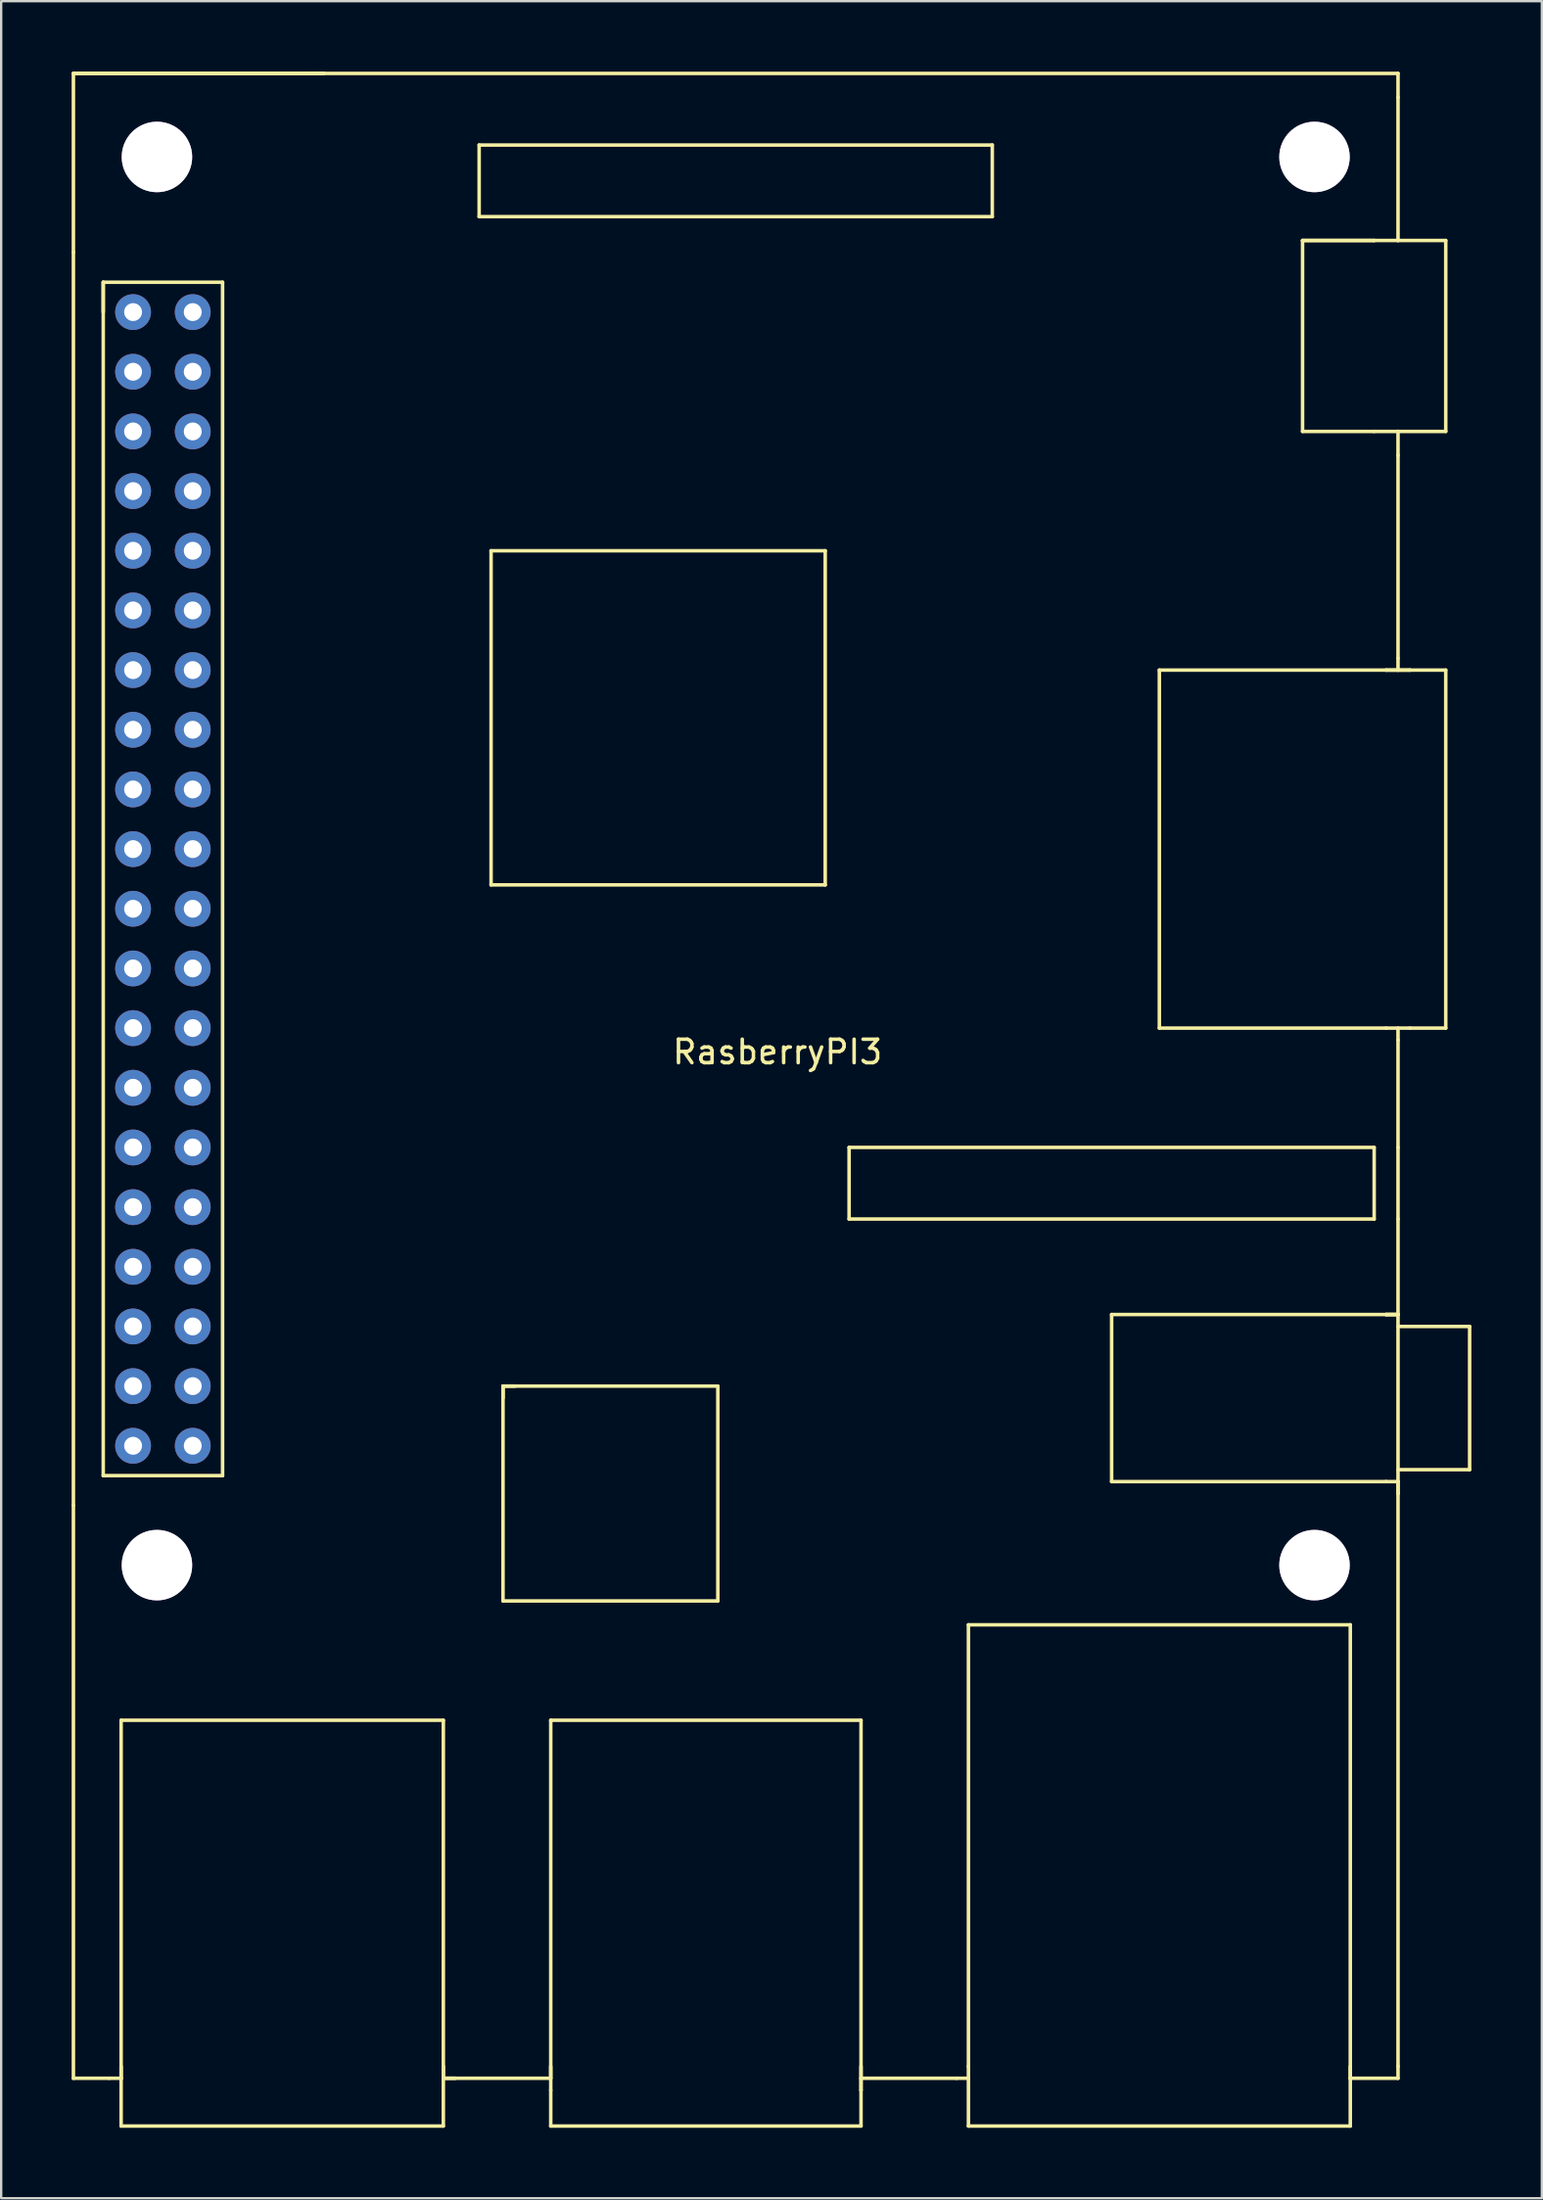
<source format=kicad_pcb>
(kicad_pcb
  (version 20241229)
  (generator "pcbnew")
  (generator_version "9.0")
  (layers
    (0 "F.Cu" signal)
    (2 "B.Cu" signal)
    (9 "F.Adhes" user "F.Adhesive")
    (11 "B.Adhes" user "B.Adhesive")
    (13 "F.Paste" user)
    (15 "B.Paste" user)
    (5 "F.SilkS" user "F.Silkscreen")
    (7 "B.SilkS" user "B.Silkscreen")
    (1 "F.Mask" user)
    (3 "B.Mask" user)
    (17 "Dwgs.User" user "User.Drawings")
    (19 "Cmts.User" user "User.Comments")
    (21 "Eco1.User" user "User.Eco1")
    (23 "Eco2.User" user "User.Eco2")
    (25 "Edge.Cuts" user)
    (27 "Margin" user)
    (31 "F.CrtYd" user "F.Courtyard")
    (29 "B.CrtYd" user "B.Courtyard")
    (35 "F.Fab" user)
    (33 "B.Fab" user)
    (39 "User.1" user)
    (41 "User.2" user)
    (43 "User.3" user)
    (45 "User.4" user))
  (footprint "RasberryPI3"
    (layer "F.Cu")
    (at 7.695 7.695)
    (property "Reference" "RasberryPI3" (at 22.352 34.036 0) (layer "F.SilkS") (effects (font (size 1 1) (thickness 0.15))))
    (attr through_hole)
    (fp_line (start -7.62 -7.62) (end -7.62 0) (stroke (width 0.15) (type solid)) (layer "F.SilkS"))
    (fp_line (start -7.62 -7.62) (end 2.54 -7.62) (stroke (width 0.15) (type solid)) (layer "F.SilkS"))
    (fp_line (start -7.62 0) (end -7.62 53.34) (stroke (width 0.15) (type solid)) (layer "F.SilkS"))
    (fp_line (start -7.62 77.724) (end -7.62 53.34) (stroke (width 0.15) (type solid)) (layer "F.SilkS"))
    (fp_line (start -7.62 77.724) (end -6.096 77.724) (stroke (width 0.15) (type solid)) (layer "F.SilkS"))
    (fp_line (start -6.35 1.27) (end -1.27 1.27) (stroke (width 0.15) (type solid)) (layer "F.SilkS"))
    (fp_line (start -6.35 2.54) (end -6.35 1.27) (stroke (width 0.15) (type solid)) (layer "F.SilkS"))
    (fp_line (start -6.35 52.07) (end -6.35 1.27) (stroke (width 0.15) (type solid)) (layer "F.SilkS"))
    (fp_line (start -6.096 77.724) (end -5.588 77.724) (stroke (width 0.15) (type solid)) (layer "F.SilkS"))
    (fp_line (start -5.588 62.484) (end -5.588 77.724) (stroke (width 0.15) (type solid)) (layer "F.SilkS"))
    (fp_line (start -5.588 62.484) (end 8.128 62.484) (stroke (width 0.15) (type solid)) (layer "F.SilkS"))
    (fp_line (start -5.588 77.724) (end -5.588 77.216) (stroke (width 0.15) (type solid)) (layer "F.SilkS"))
    (fp_line (start -5.588 77.724) (end -5.588 79.756) (stroke (width 0.15) (type solid)) (layer "F.SilkS"))
    (fp_line (start -5.588 79.756) (end 8.128 79.756) (stroke (width 0.15) (type solid)) (layer "F.SilkS"))
    (fp_line (start -1.27 1.27) (end -1.27 52.07) (stroke (width 0.15) (type solid)) (layer "F.SilkS"))
    (fp_line (start -1.27 52.07) (end -6.35 52.07) (stroke (width 0.15) (type solid)) (layer "F.SilkS"))
    (fp_line (start 2.54 -7.62) (end -7.62 -7.62) (stroke (width 0.15) (type solid)) (layer "F.SilkS"))
    (fp_line (start 2.54 -7.62) (end 3.048 -7.62) (stroke (width 0.15) (type solid)) (layer "F.SilkS"))
    (fp_line (start 8.128 62.484) (end 8.128 77.724) (stroke (width 0.15) (type solid)) (layer "F.SilkS"))
    (fp_line (start 8.128 77.724) (end 8.128 77.216) (stroke (width 0.15) (type solid)) (layer "F.SilkS"))
    (fp_line (start 8.128 77.724) (end 8.636 77.724) (stroke (width 0.15) (type solid)) (layer "F.SilkS"))
    (fp_line (start 8.128 79.756) (end 8.128 77.724) (stroke (width 0.15) (type solid)) (layer "F.SilkS"))
    (fp_line (start 9.652 -1.524) (end 9.652 -4.572) (stroke (width 0.15) (type solid)) (layer "F.SilkS"))
    (fp_line (start 10.16 26.924) (end 10.16 12.7) (stroke (width 0.15) (type solid)) (layer "F.SilkS"))
    (fp_line (start 10.668 48.26) (end 10.668 48.768) (stroke (width 0.15) (type solid)) (layer "F.SilkS"))
    (fp_line (start 10.668 48.26) (end 11.176 48.26) (stroke (width 0.15) (type solid)) (layer "F.SilkS"))
    (fp_line (start 10.668 57.404) (end 10.668 48.26) (stroke (width 0.15) (type solid)) (layer "F.SilkS"))
    (fp_line (start 12.7 62.484) (end 25.908 62.484) (stroke (width 0.15) (type solid)) (layer "F.SilkS"))
    (fp_line (start 12.7 77.216) (end 12.7 78.232) (stroke (width 0.15) (type solid)) (layer "F.SilkS"))
    (fp_line (start 12.7 77.724) (end 8.128 77.724) (stroke (width 0.15) (type solid)) (layer "F.SilkS"))
    (fp_line (start 12.7 77.724) (end 12.7 62.484) (stroke (width 0.15) (type solid)) (layer "F.SilkS"))
    (fp_line (start 12.7 78.232) (end 12.7 79.756) (stroke (width 0.15) (type solid)) (layer "F.SilkS"))
    (fp_line (start 12.7 79.756) (end 25.908 79.756) (stroke (width 0.15) (type solid)) (layer "F.SilkS"))
    (fp_line (start 19.812 48.26) (end 10.668 48.26) (stroke (width 0.15) (type solid)) (layer "F.SilkS"))
    (fp_line (start 19.812 57.404) (end 10.668 57.404) (stroke (width 0.15) (type solid)) (layer "F.SilkS"))
    (fp_line (start 19.812 57.404) (end 19.812 48.26) (stroke (width 0.15) (type solid)) (layer "F.SilkS"))
    (fp_line (start 24.384 12.7) (end 10.16 12.7) (stroke (width 0.15) (type solid)) (layer "F.SilkS"))
    (fp_line (start 24.384 26.924) (end 10.16 26.924) (stroke (width 0.15) (type solid)) (layer "F.SilkS"))
    (fp_line (start 24.384 26.924) (end 24.384 12.7) (stroke (width 0.15) (type solid)) (layer "F.SilkS"))
    (fp_line (start 25.4 38.1) (end 25.4 41.148) (stroke (width 0.15) (type solid)) (layer "F.SilkS"))
    (fp_line (start 25.4 38.1) (end 47.752 38.1) (stroke (width 0.15) (type solid)) (layer "F.SilkS"))
    (fp_line (start 25.4 41.148) (end 47.752 41.148) (stroke (width 0.15) (type solid)) (layer "F.SilkS"))
    (fp_line (start 25.908 62.484) (end 25.908 77.724) (stroke (width 0.15) (type solid)) (layer "F.SilkS"))
    (fp_line (start 25.908 77.216) (end 25.908 78.232) (stroke (width 0.15) (type solid)) (layer "F.SilkS"))
    (fp_line (start 25.908 77.724) (end 29.972 77.724) (stroke (width 0.15) (type solid)) (layer "F.SilkS"))
    (fp_line (start 25.908 78.232) (end 25.908 77.724) (stroke (width 0.15) (type solid)) (layer "F.SilkS"))
    (fp_line (start 25.908 79.756) (end 25.908 78.232) (stroke (width 0.15) (type solid)) (layer "F.SilkS"))
    (fp_line (start 30.48 58.42) (end 30.48 77.216) (stroke (width 0.15) (type solid)) (layer "F.SilkS"))
    (fp_line (start 30.48 77.724) (end 29.972 77.724) (stroke (width 0.15) (type solid)) (layer "F.SilkS"))
    (fp_line (start 30.48 77.724) (end 30.48 77.216) (stroke (width 0.15) (type solid)) (layer "F.SilkS"))
    (fp_line (start 30.48 79.756) (end 30.48 77.724) (stroke (width 0.15) (type solid)) (layer "F.SilkS"))
    (fp_line (start 31.496 -4.572) (end 9.652 -4.572) (stroke (width 0.15) (type solid)) (layer "F.SilkS"))
    (fp_line (start 31.496 -1.524) (end 9.652 -1.524) (stroke (width 0.15) (type solid)) (layer "F.SilkS"))
    (fp_line (start 31.496 -1.524) (end 31.496 -4.572) (stroke (width 0.15) (type solid)) (layer "F.SilkS"))
    (fp_line (start 36.576 45.212) (end 48.26 45.212) (stroke (width 0.15) (type solid)) (layer "F.SilkS"))
    (fp_line (start 36.576 52.324) (end 36.576 45.212) (stroke (width 0.15) (type solid)) (layer "F.SilkS"))
    (fp_line (start 36.576 52.324) (end 48.26 52.324) (stroke (width 0.15) (type solid)) (layer "F.SilkS"))
    (fp_line (start 38.608 17.78) (end 38.608 33.02) (stroke (width 0.15) (type solid)) (layer "F.SilkS"))
    (fp_line (start 38.608 17.78) (end 48.26 17.78) (stroke (width 0.15) (type solid)) (layer "F.SilkS"))
    (fp_line (start 38.608 33.02) (end 48.26 33.02) (stroke (width 0.15) (type solid)) (layer "F.SilkS"))
    (fp_line (start 44.704 -0.508) (end 44.704 7.62) (stroke (width 0.15) (type solid)) (layer "F.SilkS"))
    (fp_line (start 44.704 -0.508) (end 47.752 -0.508) (stroke (width 0.15) (type solid)) (layer "F.SilkS"))
    (fp_line (start 44.704 7.62) (end 47.752 7.62) (stroke (width 0.15) (type solid)) (layer "F.SilkS"))
    (fp_line (start 46.736 58.42) (end 30.48 58.42) (stroke (width 0.15) (type solid)) (layer "F.SilkS"))
    (fp_line (start 46.736 58.42) (end 46.736 77.724) (stroke (width 0.15) (type solid)) (layer "F.SilkS"))
    (fp_line (start 46.736 77.724) (end 46.736 77.216) (stroke (width 0.15) (type solid)) (layer "F.SilkS"))
    (fp_line (start 46.736 77.724) (end 46.736 79.756) (stroke (width 0.15) (type solid)) (layer "F.SilkS"))
    (fp_line (start 46.736 79.756) (end 30.48 79.756) (stroke (width 0.15) (type solid)) (layer "F.SilkS"))
    (fp_line (start 47.752 -0.508) (end 44.704 -0.508) (stroke (width 0.15) (type solid)) (layer "F.SilkS"))
    (fp_line (start 47.752 38.1) (end 47.752 41.148) (stroke (width 0.15) (type solid)) (layer "F.SilkS"))
    (fp_line (start 48.26 17.78) (end 49.276 17.78) (stroke (width 0.15) (type solid)) (layer "F.SilkS"))
    (fp_line (start 48.26 33.02) (end 49.276 33.02) (stroke (width 0.15) (type solid)) (layer "F.SilkS"))
    (fp_line (start 48.26 45.212) (end 48.768 45.212) (stroke (width 0.15) (type solid)) (layer "F.SilkS"))
    (fp_line (start 48.26 45.212) (end 48.768 45.212) (stroke (width 0.15) (type solid)) (layer "F.SilkS"))
    (fp_line (start 48.26 52.324) (end 48.768 52.324) (stroke (width 0.15) (type solid)) (layer "F.SilkS"))
    (fp_line (start 48.768 -7.62) (end 2.54 -7.62) (stroke (width 0.15) (type solid)) (layer "F.SilkS"))
    (fp_line (start 48.768 -7.62) (end 48.768 -6.604) (stroke (width 0.15) (type solid)) (layer "F.SilkS"))
    (fp_line (start 48.768 -6.604) (end 48.768 -0.508) (stroke (width 0.15) (type solid)) (layer "F.SilkS"))
    (fp_line (start 48.768 -0.508) (end 47.752 -0.508) (stroke (width 0.15) (type solid)) (layer "F.SilkS"))
    (fp_line (start 48.768 -0.508) (end 50.8 -0.508) (stroke (width 0.15) (type solid)) (layer "F.SilkS"))
    (fp_line (start 48.768 7.62) (end 47.752 7.62) (stroke (width 0.15) (type solid)) (layer "F.SilkS"))
    (fp_line (start 48.768 7.62) (end 48.768 8.636) (stroke (width 0.15) (type solid)) (layer "F.SilkS"))
    (fp_line (start 48.768 17.272) (end 48.768 8.636) (stroke (width 0.15) (type solid)) (layer "F.SilkS"))
    (fp_line (start 48.768 17.78) (end 48.26 17.78) (stroke (width 0.15) (type solid)) (layer "F.SilkS"))
    (fp_line (start 48.768 17.78) (end 48.768 17.272) (stroke (width 0.15) (type solid)) (layer "F.SilkS"))
    (fp_line (start 48.768 33.02) (end 48.768 33.528) (stroke (width 0.15) (type solid)) (layer "F.SilkS"))
    (fp_line (start 48.768 38.1) (end 48.768 33.528) (stroke (width 0.15) (type solid)) (layer "F.SilkS"))
    (fp_line (start 48.768 41.148) (end 48.768 38.1) (stroke (width 0.15) (type solid)) (layer "F.SilkS"))
    (fp_line (start 48.768 45.212) (end 48.26 45.212) (stroke (width 0.15) (type solid)) (layer "F.SilkS"))
    (fp_line (start 48.768 45.212) (end 48.768 41.148) (stroke (width 0.15) (type solid)) (layer "F.SilkS"))
    (fp_line (start 48.768 45.212) (end 48.768 52.832) (stroke (width 0.15) (type solid)) (layer "F.SilkS"))
    (fp_line (start 48.768 45.72) (end 51.816 45.72) (stroke (width 0.15) (type solid)) (layer "F.SilkS"))
    (fp_line (start 48.768 52.324) (end 48.768 52.832) (stroke (width 0.15) (type solid)) (layer "F.SilkS"))
    (fp_line (start 48.768 52.832) (end 48.768 77.216) (stroke (width 0.15) (type solid)) (layer "F.SilkS"))
    (fp_line (start 48.768 77.724) (end 46.736 77.724) (stroke (width 0.15) (type solid)) (layer "F.SilkS"))
    (fp_line (start 48.768 77.724) (end 48.768 77.216) (stroke (width 0.15) (type solid)) (layer "F.SilkS"))
    (fp_line (start 49.276 17.78) (end 48.768 17.78) (stroke (width 0.15) (type solid)) (layer "F.SilkS"))
    (fp_line (start 50.8 -0.508) (end 50.8 7.62) (stroke (width 0.15) (type solid)) (layer "F.SilkS"))
    (fp_line (start 50.8 7.62) (end 48.768 7.62) (stroke (width 0.15) (type solid)) (layer "F.SilkS"))
    (fp_line (start 50.8 17.78) (end 49.276 17.78) (stroke (width 0.15) (type solid)) (layer "F.SilkS"))
    (fp_line (start 50.8 33.02) (end 49.276 33.02) (stroke (width 0.15) (type solid)) (layer "F.SilkS"))
    (fp_line (start 50.8 33.02) (end 50.8 17.78) (stroke (width 0.15) (type solid)) (layer "F.SilkS"))
    (fp_line (start 51.816 45.72) (end 51.816 51.816) (stroke (width 0.15) (type solid)) (layer "F.SilkS"))
    (fp_line (start 51.816 51.816) (end 48.768 51.816) (stroke (width 0.15) (type solid)) (layer "F.SilkS"))
    (pad "1" thru_hole circle (at -2.54 2.54) (size 1.524 1.524) (drill 0.762) (layers "*.Cu" "*.Mask"))
    (pad "2" thru_hole circle (at -5.08 2.54) (size 1.524 1.524) (drill 0.762) (layers "*.Cu" "*.Mask"))
    (pad "3" thru_hole circle (at -2.54 5.08) (size 1.524 1.524) (drill 0.762) (layers "*.Cu" "*.Mask"))
    (pad "4" thru_hole circle (at -5.08 5.08) (size 1.524 1.524) (drill 0.762) (layers "*.Cu" "*.Mask"))
    (pad "5" thru_hole circle (at -2.54 7.62) (size 1.524 1.524) (drill 0.762) (layers "*.Cu" "*.Mask"))
    (pad "6" thru_hole circle (at -5.08 7.62) (size 1.524 1.524) (drill 0.762) (layers "*.Cu" "*.Mask"))
    (pad "7" thru_hole circle (at -2.54 10.16) (size 1.524 1.524) (drill 0.762) (layers "*.Cu" "*.Mask"))
    (pad "8" thru_hole circle (at -5.08 10.16) (size 1.524 1.524) (drill 0.762) (layers "*.Cu" "*.Mask"))
    (pad "9" thru_hole circle (at -2.54 12.7) (size 1.524 1.524) (drill 0.762) (layers "*.Cu" "*.Mask"))
    (pad "10" thru_hole circle (at -5.08 12.7) (size 1.524 1.524) (drill 0.762) (layers "*.Cu" "*.Mask"))
    (pad "11" thru_hole circle (at -2.54 15.24) (size 1.524 1.524) (drill 0.762) (layers "*.Cu" "*.Mask"))
    (pad "12" thru_hole circle (at -5.08 15.24) (size 1.524 1.524) (drill 0.762) (layers "*.Cu" "*.Mask"))
    (pad "13" thru_hole circle (at -2.54 17.78) (size 1.524 1.524) (drill 0.762) (layers "*.Cu" "*.Mask"))
    (pad "14" thru_hole circle (at -5.08 17.78) (size 1.524 1.524) (drill 0.762) (layers "*.Cu" "*.Mask"))
    (pad "15" thru_hole circle (at -2.54 20.32) (size 1.524 1.524) (drill 0.762) (layers "*.Cu" "*.Mask"))
    (pad "16" thru_hole circle (at -5.08 20.32) (size 1.524 1.524) (drill 0.762) (layers "*.Cu" "*.Mask"))
    (pad "17" thru_hole circle (at -2.54 22.86) (size 1.524 1.524) (drill 0.762) (layers "*.Cu" "*.Mask"))
    (pad "18" thru_hole circle (at -5.08 22.86) (size 1.524 1.524) (drill 0.762) (layers "*.Cu" "*.Mask"))
    (pad "19" thru_hole circle (at -2.54 25.4) (size 1.524 1.524) (drill 0.762) (layers "*.Cu" "*.Mask"))
    (pad "20" thru_hole circle (at -5.08 25.4) (size 1.524 1.524) (drill 0.762) (layers "*.Cu" "*.Mask"))
    (pad "21" thru_hole circle (at -2.54 27.94) (size 1.524 1.524) (drill 0.762) (layers "*.Cu" "*.Mask"))
    (pad "22" thru_hole circle (at -5.08 27.94) (size 1.524 1.524) (drill 0.762) (layers "*.Cu" "*.Mask"))
    (pad "23" thru_hole circle (at -2.54 30.48) (size 1.524 1.524) (drill 0.762) (layers "*.Cu" "*.Mask"))
    (pad "24" thru_hole circle (at -5.08 30.48) (size 1.524 1.524) (drill 0.762) (layers "*.Cu" "*.Mask"))
    (pad "25" thru_hole circle (at -2.54 33.02) (size 1.524 1.524) (drill 0.762) (layers "*.Cu" "*.Mask"))
    (pad "26" thru_hole circle (at -5.08 33.02) (size 1.524 1.524) (drill 0.762) (layers "*.Cu" "*.Mask"))
    (pad "27" thru_hole circle (at -2.54 35.56) (size 1.524 1.524) (drill 0.762) (layers "*.Cu" "*.Mask"))
    (pad "28" thru_hole circle (at -5.08 35.56) (size 1.524 1.524) (drill 0.762) (layers "*.Cu" "*.Mask"))
    (pad "29" thru_hole circle (at -2.54 38.1) (size 1.524 1.524) (drill 0.762) (layers "*.Cu" "*.Mask"))
    (pad "30" thru_hole circle (at -5.08 38.1) (size 1.524 1.524) (drill 0.762) (layers "*.Cu" "*.Mask"))
    (pad "31" thru_hole circle (at -2.54 40.64) (size 1.524 1.524) (drill 0.762) (layers "*.Cu" "*.Mask"))
    (pad "32" thru_hole circle (at -5.08 40.64) (size 1.524 1.524) (drill 0.762) (layers "*.Cu" "*.Mask"))
    (pad "33" thru_hole circle (at -2.54 43.18) (size 1.524 1.524) (drill 0.762) (layers "*.Cu" "*.Mask"))
    (pad "34" thru_hole circle (at -5.08 43.18) (size 1.524 1.524) (drill 0.762) (layers "*.Cu" "*.Mask"))
    (pad "35" thru_hole circle (at -2.54 45.72) (size 1.524 1.524) (drill 0.762) (layers "*.Cu" "*.Mask"))
    (pad "36" thru_hole circle (at -5.08 45.72) (size 1.524 1.524) (drill 0.762) (layers "*.Cu" "*.Mask"))
    (pad "37" thru_hole circle (at -2.54 48.26) (size 1.524 1.524) (drill 0.762) (layers "*.Cu" "*.Mask"))
    (pad "38" thru_hole circle (at -5.08 48.26) (size 1.524 1.524) (drill 0.762) (layers "*.Cu" "*.Mask"))
    (pad "39" thru_hole circle (at -2.54 50.8) (size 1.524 1.524) (drill 0.762) (layers "*.Cu" "*.Mask"))
    (pad "40" thru_hole circle (at -5.08 50.8) (size 1.524 1.524) (drill 0.762) (layers "*.Cu" "*.Mask"))
    (pad "41" thru_hole circle (at -4.064 -4.064) (size 3 3) (drill 3) (layers "*.Cu" "*.Mask"))
    (pad "42" thru_hole circle (at -4.064 55.88) (size 3 3) (drill 3) (layers "*.Cu" "*.Mask"))
    (pad "43" thru_hole circle (at 45.212 -4.064) (size 3 3) (drill 3) (layers "*.Cu" "*.Mask"))
    (pad "44" thru_hole circle (at 45.212 55.88) (size 3 3) (drill 3) (layers "*.Cu" "*.Mask")))
  (gr_rect
    (start -3 -3)
    (end 62.586 90.526)
    (stroke (width 0.1) (type default))
    (fill no)
    (layer "Edge.Cuts")))
</source>
